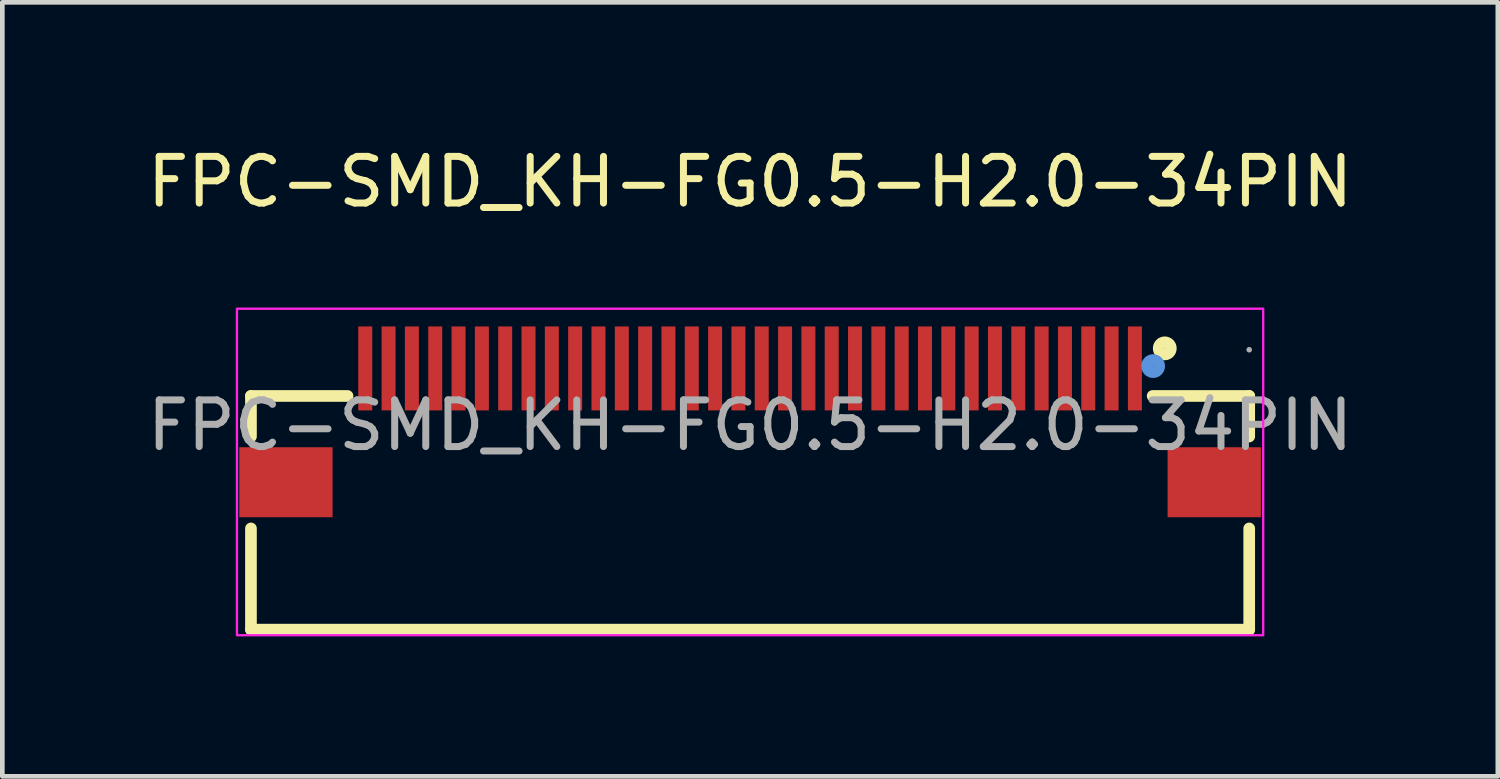
<source format=kicad_pcb>
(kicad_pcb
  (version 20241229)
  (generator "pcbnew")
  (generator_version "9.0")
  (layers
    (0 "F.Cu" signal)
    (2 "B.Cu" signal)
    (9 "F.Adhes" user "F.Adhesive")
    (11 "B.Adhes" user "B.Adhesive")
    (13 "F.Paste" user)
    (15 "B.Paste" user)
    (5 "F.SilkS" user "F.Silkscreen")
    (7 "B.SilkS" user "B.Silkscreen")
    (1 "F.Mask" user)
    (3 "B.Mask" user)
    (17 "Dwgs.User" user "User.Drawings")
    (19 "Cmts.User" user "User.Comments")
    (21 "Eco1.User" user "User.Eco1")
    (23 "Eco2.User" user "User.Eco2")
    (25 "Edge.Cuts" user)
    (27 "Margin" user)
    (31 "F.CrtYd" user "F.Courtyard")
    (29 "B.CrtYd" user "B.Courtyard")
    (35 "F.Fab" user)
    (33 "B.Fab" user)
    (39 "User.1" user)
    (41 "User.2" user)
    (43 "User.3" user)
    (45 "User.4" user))
  (footprint "FPC-SMD_KH-FG0.5-H2.0-34PIN"
    (layer "F.Cu")
    (at 13.03 6.068)
    (property "Reference" "FPC-SMD_KH-FG0.5-H2.0-34PIN" (at 0 -5.22 0) (layer "F.SilkS") (effects (font (size 1 1) (thickness 0.15))))
    (attr smd)
    (fp_line (start -10.7 0.24) (end -10.7 -0.63) (stroke (width 0.25) (type solid)) (layer "F.SilkS"))
    (fp_line (start -10.7 4.38) (end -10.7 2.21) (stroke (width 0.25) (type solid)) (layer "F.SilkS"))
    (fp_line (start -8.63 -0.63) (end -10.7 -0.63) (stroke (width 0.25) (type solid)) (layer "F.SilkS"))
    (fp_line (start 10.7 -0.63) (end 8.63 -0.63) (stroke (width 0.25) (type solid)) (layer "F.SilkS"))
    (fp_line (start 10.7 0.24) (end 10.7 -0.63) (stroke (width 0.25) (type solid)) (layer "F.SilkS"))
    (fp_line (start 10.7 4.38) (end -10.7 4.38) (stroke (width 0.25) (type solid)) (layer "F.SilkS"))
    (fp_line (start 10.7 4.38) (end 10.7 2.21) (stroke (width 0.25) (type solid)) (layer "F.SilkS"))
    (fp_circle (center 8.89 -1.65) (end 9.02 -1.65) (stroke (width 0.25) (type solid)) (fill no) (layer "F.SilkS"))
    (fp_circle (center 8.64 -1.27) (end 8.77 -1.27) (stroke (width 0.25) (type solid)) (fill no) (layer "Cmts.User"))
    (fp_rect (start -11 -2.5) (end 11 4.5) (stroke (width 0.05) (type default)) (fill no) (layer "F.CrtYd"))
    (fp_circle (center 10.7 -1.62) (end 10.73 -1.62) (stroke (width 0.06) (type solid)) (fill no) (layer "F.Fab"))
    (fp_text user "${REFERENCE}" (at 0 0 0) (layer "F.Fab") (effects (font (size 1 1) (thickness 0.15))))
    (pad "1" smd rect (at 8.25 -1.22 180) (size 0.3 1.8) (layers "F.Cu" "F.Mask" "F.Paste"))
    (pad "2" smd rect (at 7.75 -1.22 180) (size 0.3 1.8) (layers "F.Cu" "F.Mask" "F.Paste"))
    (pad "3" smd rect (at 7.25 -1.22 180) (size 0.3 1.8) (layers "F.Cu" "F.Mask" "F.Paste"))
    (pad "4" smd rect (at 6.75 -1.22 180) (size 0.3 1.8) (layers "F.Cu" "F.Mask" "F.Paste"))
    (pad "5" smd rect (at 6.25 -1.22 180) (size 0.3 1.8) (layers "F.Cu" "F.Mask" "F.Paste"))
    (pad "6" smd rect (at 5.75 -1.22 180) (size 0.3 1.8) (layers "F.Cu" "F.Mask" "F.Paste"))
    (pad "7" smd rect (at 5.25 -1.22 180) (size 0.3 1.8) (layers "F.Cu" "F.Mask" "F.Paste"))
    (pad "8" smd rect (at 4.75 -1.22 180) (size 0.3 1.8) (layers "F.Cu" "F.Mask" "F.Paste"))
    (pad "9" smd rect (at 4.25 -1.22 180) (size 0.3 1.8) (layers "F.Cu" "F.Mask" "F.Paste"))
    (pad "10" smd rect (at 3.75 -1.22 180) (size 0.3 1.8) (layers "F.Cu" "F.Mask" "F.Paste"))
    (pad "11" smd rect (at 3.25 -1.22 180) (size 0.3 1.8) (layers "F.Cu" "F.Mask" "F.Paste"))
    (pad "12" smd rect (at 2.75 -1.22 180) (size 0.3 1.8) (layers "F.Cu" "F.Mask" "F.Paste"))
    (pad "13" smd rect (at 2.25 -1.22 180) (size 0.3 1.8) (layers "F.Cu" "F.Mask" "F.Paste"))
    (pad "14" smd rect (at 1.75 -1.22 180) (size 0.3 1.8) (layers "F.Cu" "F.Mask" "F.Paste"))
    (pad "15" smd rect (at 1.25 -1.22 180) (size 0.3 1.8) (layers "F.Cu" "F.Mask" "F.Paste"))
    (pad "16" smd rect (at 0.75 -1.22 180) (size 0.3 1.8) (layers "F.Cu" "F.Mask" "F.Paste"))
    (pad "17" smd rect (at 0.25 -1.22 180) (size 0.3 1.8) (layers "F.Cu" "F.Mask" "F.Paste"))
    (pad "18" smd rect (at -0.25 -1.22 180) (size 0.3 1.8) (layers "F.Cu" "F.Mask" "F.Paste"))
    (pad "19" smd rect (at -0.75 -1.22 180) (size 0.3 1.8) (layers "F.Cu" "F.Mask" "F.Paste"))
    (pad "20" smd rect (at -1.25 -1.22 180) (size 0.3 1.8) (layers "F.Cu" "F.Mask" "F.Paste"))
    (pad "21" smd rect (at -1.75 -1.22 180) (size 0.3 1.8) (layers "F.Cu" "F.Mask" "F.Paste"))
    (pad "22" smd rect (at -2.25 -1.22 180) (size 0.3 1.8) (layers "F.Cu" "F.Mask" "F.Paste"))
    (pad "23" smd rect (at -2.75 -1.22 180) (size 0.3 1.8) (layers "F.Cu" "F.Mask" "F.Paste"))
    (pad "24" smd rect (at -3.25 -1.22 180) (size 0.3 1.8) (layers "F.Cu" "F.Mask" "F.Paste"))
    (pad "25" smd rect (at -3.75 -1.22 180) (size 0.3 1.8) (layers "F.Cu" "F.Mask" "F.Paste"))
    (pad "26" smd rect (at -4.25 -1.22 180) (size 0.3 1.8) (layers "F.Cu" "F.Mask" "F.Paste"))
    (pad "27" smd rect (at -4.75 -1.22 180) (size 0.3 1.8) (layers "F.Cu" "F.Mask" "F.Paste"))
    (pad "28" smd rect (at -5.25 -1.22 180) (size 0.3 1.8) (layers "F.Cu" "F.Mask" "F.Paste"))
    (pad "29" smd rect (at -5.75 -1.22 180) (size 0.3 1.8) (layers "F.Cu" "F.Mask" "F.Paste"))
    (pad "30" smd rect (at -6.25 -1.22 180) (size 0.3 1.8) (layers "F.Cu" "F.Mask" "F.Paste"))
    (pad "31" smd rect (at -6.75 -1.22 180) (size 0.3 1.8) (layers "F.Cu" "F.Mask" "F.Paste"))
    (pad "32" smd rect (at -7.25 -1.22 180) (size 0.3 1.8) (layers "F.Cu" "F.Mask" "F.Paste"))
    (pad "33" smd rect (at -7.75 -1.22 180) (size 0.3 1.8) (layers "F.Cu" "F.Mask" "F.Paste"))
    (pad "34" smd rect (at -8.25 -1.22 180) (size 0.3 1.8) (layers "F.Cu" "F.Mask" "F.Paste"))
    (pad "35" smd rect (at -9.95 1.22 180) (size 2 1.5) (layers "F.Cu" "F.Mask" "F.Paste"))
    (pad "36" smd rect (at 9.95 1.22 180) (size 2 1.5) (layers "F.Cu" "F.Mask" "F.Paste")))
  (gr_rect
    (start -3 -3)
    (end 29.06 13.593)
    (stroke (width 0.1) (type default))
    (fill no)
    (layer "Edge.Cuts")))
</source>
